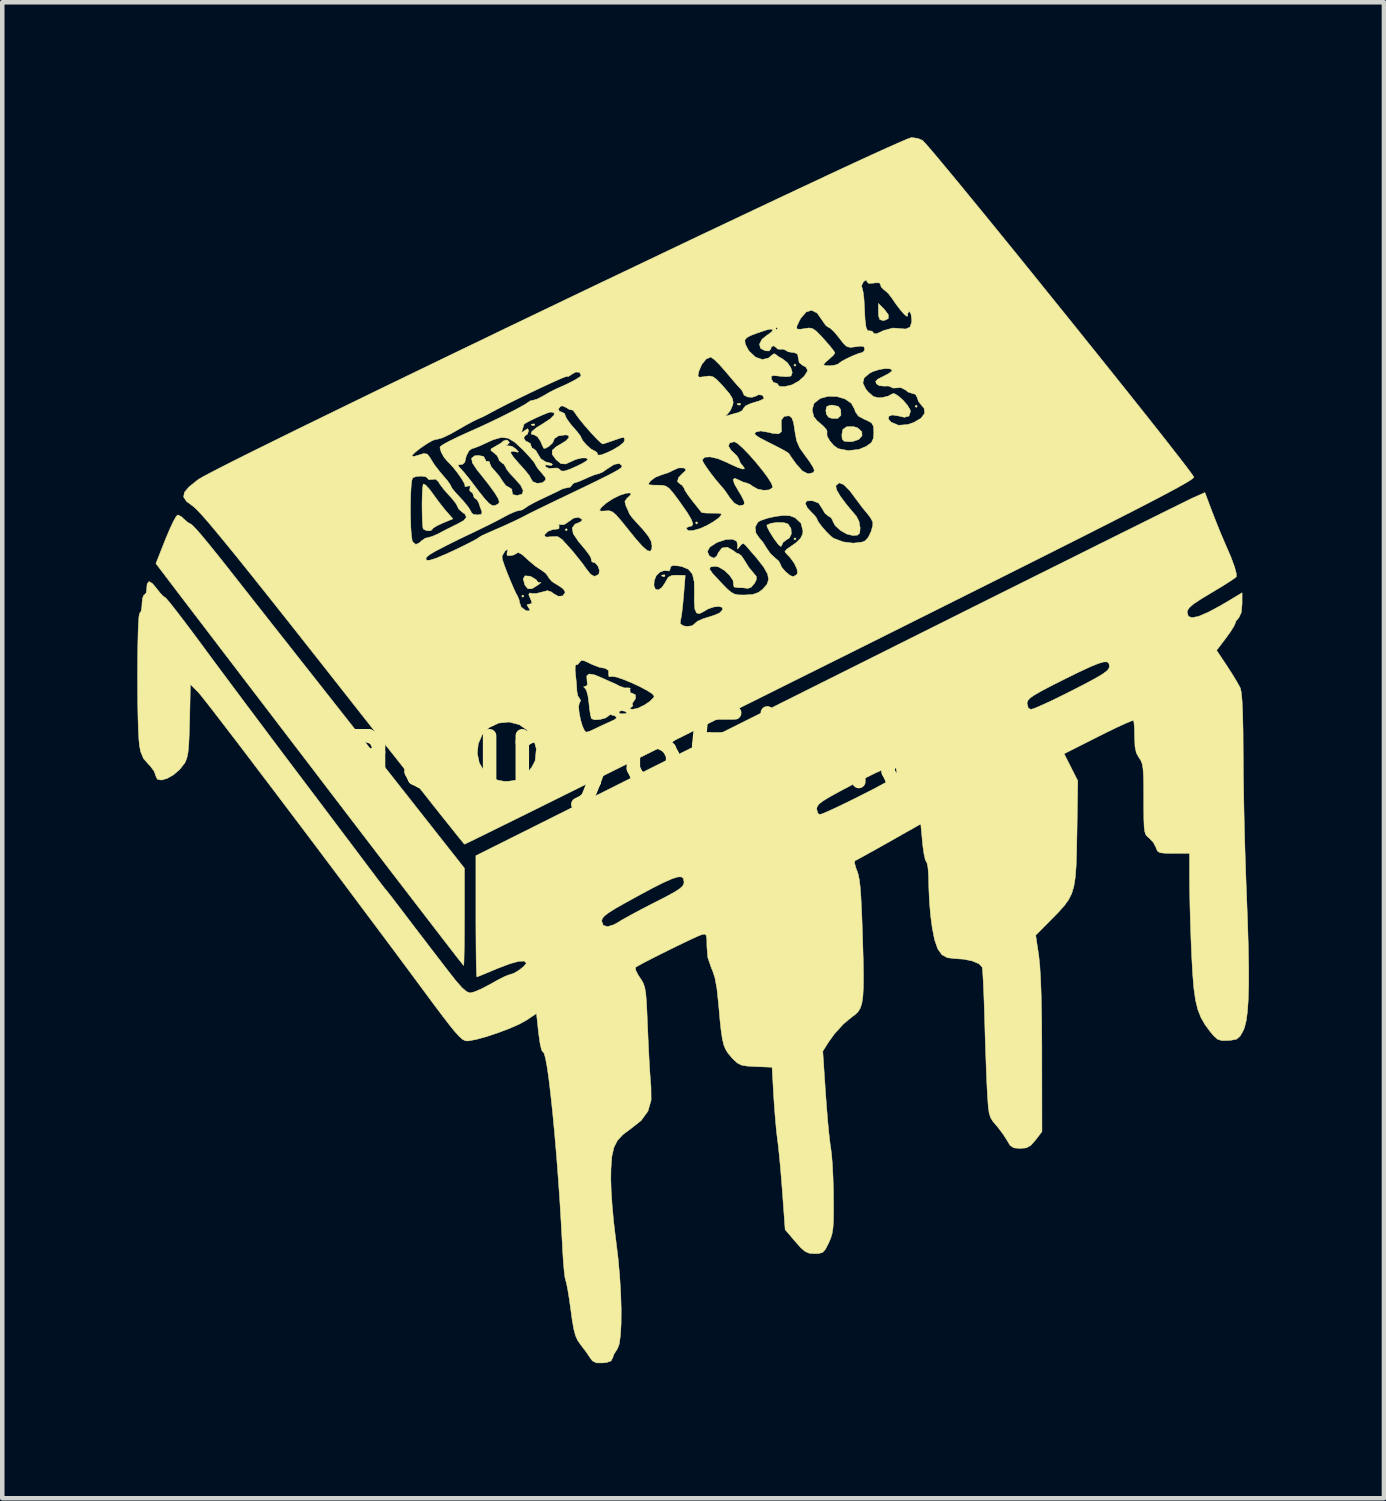
<source format=kicad_pcb>
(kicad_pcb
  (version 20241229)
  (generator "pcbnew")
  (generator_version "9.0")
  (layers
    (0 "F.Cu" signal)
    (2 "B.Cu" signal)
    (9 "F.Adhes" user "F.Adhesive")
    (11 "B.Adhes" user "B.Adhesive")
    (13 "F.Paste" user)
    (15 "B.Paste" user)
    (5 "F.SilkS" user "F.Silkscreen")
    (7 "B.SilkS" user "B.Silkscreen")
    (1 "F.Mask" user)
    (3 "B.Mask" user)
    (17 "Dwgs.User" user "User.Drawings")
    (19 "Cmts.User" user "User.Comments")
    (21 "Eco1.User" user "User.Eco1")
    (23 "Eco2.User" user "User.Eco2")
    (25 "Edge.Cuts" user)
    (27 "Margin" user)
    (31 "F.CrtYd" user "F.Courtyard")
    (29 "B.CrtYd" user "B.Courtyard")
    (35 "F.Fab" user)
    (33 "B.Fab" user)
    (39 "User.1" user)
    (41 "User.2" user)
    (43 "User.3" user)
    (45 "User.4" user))
  (footprint "attiny85Image"
    (layer "F.Cu")
    (at 12.397 13.619)
    (property "Reference" "attiny85Image" (at 0 0 0) (layer "F.SilkS") (effects (font (size 1.524 1.524) (thickness 0.3))))
    (attr through_hole)
    (fp_poly (pts (xy -3.81 -3.429) (xy -3.835 -3.404) (xy -3.861 -3.429) (xy -3.835 -3.454) (xy -3.81 -3.429)) (stroke (width 0.01) (type solid)) (fill yes) (layer "F.SilkS"))
    (fp_poly (pts (xy -2.845 -4.902) (xy -2.87 -4.877) (xy -2.896 -4.902) (xy -2.87 -4.928) (xy -2.845 -4.902)) (stroke (width 0.01) (type solid)) (fill yes) (layer "F.SilkS"))
    (fp_poly (pts (xy 0.051 -5.055) (xy 0.025 -5.029) (xy 0 -5.055) (xy 0.025 -5.08) (xy 0.051 -5.055)) (stroke (width 0.01) (type solid)) (fill yes) (layer "F.SilkS"))
    (fp_poly (pts (xy 2.235 -8.56) (xy 2.21 -8.534) (xy 2.184 -8.56) (xy 2.21 -8.585) (xy 2.235 -8.56)) (stroke (width 0.01) (type solid)) (fill yes) (layer "F.SilkS"))
    (fp_poly (pts (xy 2.235 -4.699) (xy 2.21 -4.674) (xy 2.184 -4.699) (xy 2.21 -4.724) (xy 2.235 -4.699)) (stroke (width 0.01) (type solid)) (fill yes) (layer "F.SilkS"))
    (fp_poly (pts (xy 4.928 -7.645) (xy 4.902 -7.62) (xy 4.877 -7.645) (xy 4.902 -7.671) (xy 4.928 -7.645)) (stroke (width 0.01) (type solid)) (fill yes) (layer "F.SilkS"))
    (fp_poly (pts (xy -3.573 -7.247) (xy -3.58 -7.217) (xy -3.607 -7.214) (xy -3.649 -7.232) (xy -3.641 -7.247) (xy -3.58 -7.254) (xy -3.573 -7.247)) (stroke (width 0.01) (type solid)) (fill yes) (layer "F.SilkS"))
    (fp_poly (pts (xy -0.677 -3.895) (xy -0.684 -3.864) (xy -0.711 -3.861) (xy -0.753 -3.879) (xy -0.745 -3.895) (xy -0.685 -3.901) (xy -0.677 -3.895)) (stroke (width 0.01) (type solid)) (fill yes) (layer "F.SilkS"))
    (fp_poly (pts (xy 0.999 -7.705) (xy 0.992 -7.674) (xy 0.965 -7.671) (xy 0.923 -7.689) (xy 0.931 -7.705) (xy 0.992 -7.711) (xy 0.999 -7.705)) (stroke (width 0.01) (type solid)) (fill yes) (layer "F.SilkS"))
    (fp_poly (pts (xy 4.197 -9.796) (xy 4.284 -9.678) (xy 4.284 -9.593) (xy 4.199 -9.552) (xy 4.163 -9.55) (xy 4.096 -9.57) (xy 4.068 -9.646) (xy 4.064 -9.74) (xy 4.064 -9.929) (xy 4.197 -9.796)) (stroke (width 0.01) (type solid)) (fill yes) (layer "F.SilkS"))
    (fp_poly (pts (xy 3.173 -7.643) (xy 3.226 -7.57) (xy 3.231 -7.444) (xy 3.162 -7.377) (xy 3.033 -7.376) (xy 2.959 -7.4) (xy 2.91 -7.465) (xy 2.896 -7.548) (xy 2.913 -7.637) (xy 2.987 -7.668) (xy 3.045 -7.671) (xy 3.173 -7.643)) (stroke (width 0.01) (type solid)) (fill yes) (layer "F.SilkS"))
    (fp_poly (pts (xy 3.602 -7.165) (xy 3.695 -7.081) (xy 3.7 -6.99) (xy 3.631 -6.911) (xy 3.497 -6.864) (xy 3.419 -6.858) (xy 3.304 -6.868) (xy 3.259 -6.917) (xy 3.251 -7.009) (xy 3.272 -7.128) (xy 3.35 -7.185) (xy 3.373 -7.192) (xy 3.514 -7.193) (xy 3.602 -7.165)) (stroke (width 0.01) (type solid)) (fill yes) (layer "F.SilkS"))
    (fp_poly (pts (xy -3.679 -3.871) (xy -3.64 -3.855) (xy -3.543 -3.797) (xy -3.505 -3.748) (xy -3.47 -3.724) (xy -3.442 -3.733) (xy -3.431 -3.73) (xy -3.49 -3.681) (xy -3.499 -3.675) (xy -3.631 -3.594) (xy -3.719 -3.591) (xy -3.783 -3.665) (xy -3.792 -3.685) (xy -3.826 -3.814) (xy -3.786 -3.879) (xy -3.679 -3.871)) (stroke (width 0.01) (type solid)) (fill yes) (layer "F.SilkS"))
    (fp_poly (pts (xy 1.962 -5.061) (xy 2.057 -5.03) (xy 2.057 -5.03) (xy 2.122 -4.928) (xy 2.13 -4.81) (xy 2.083 -4.716) (xy 2.035 -4.689) (xy 1.946 -4.624) (xy 1.921 -4.566) (xy 1.899 -4.53) (xy 1.851 -4.564) (xy 1.765 -4.676) (xy 1.732 -4.724) (xy 1.645 -4.862) (xy 1.593 -4.965) (xy 1.586 -5.006) (xy 1.677 -5.046) (xy 1.819 -5.065) (xy 1.962 -5.061)) (stroke (width 0.01) (type solid)) (fill yes) (layer "F.SilkS"))
    (fp_poly (pts (xy -5.994 -5.896) (xy -5.911 -5.807) (xy -5.84 -5.711) (xy -5.716 -5.541) (xy -5.587 -5.376) (xy -5.533 -5.311) (xy -5.387 -5.145) (xy -5.614 -5.051) (xy -5.747 -4.989) (xy -5.829 -4.936) (xy -5.842 -4.917) (xy -5.88 -4.881) (xy -5.961 -4.88) (xy -6.034 -4.91) (xy -6.053 -4.94) (xy -6.065 -5.088) (xy -6.071 -5.277) (xy -6.073 -5.48) (xy -6.069 -5.671) (xy -6.061 -5.823) (xy -6.048 -5.91) (xy -6.043 -5.92) (xy -5.994 -5.896)) (stroke (width 0.01) (type solid)) (fill yes) (layer "F.SilkS"))
    (fp_poly (pts (xy -11.423 -5.197) (xy -11.374 -5.151) (xy -11.277 -5.066) (xy -11.221 -5.036) (xy -11.174 -5.002) (xy -11.093 -4.92) (xy -10.974 -4.784) (xy -10.812 -4.588) (xy -10.601 -4.327) (xy -10.337 -3.994) (xy -10.133 -3.734) (xy -10.083 -3.67) (xy -9.975 -3.533) (xy -9.815 -3.33) (xy -9.607 -3.066) (xy -9.356 -2.747) (xy -9.068 -2.382) (xy -8.748 -1.975) (xy -8.4 -1.534) (xy -8.031 -1.065) (xy -7.644 -0.574) (xy -7.572 -0.483) (xy -5.131 2.616) (xy -5.131 3.696) (xy -5.132 4.015) (xy -5.134 4.296) (xy -5.138 4.525) (xy -5.142 4.688) (xy -5.147 4.769) (xy -5.149 4.775) (xy -5.182 4.736) (xy -5.273 4.621) (xy -5.416 4.437) (xy -5.608 4.188) (xy -5.844 3.881) (xy -6.121 3.521) (xy -6.434 3.114) (xy -6.779 2.665) (xy -7.151 2.179) (xy -7.546 1.663) (xy -7.96 1.121) (xy -8.089 0.953) (xy -8.52 0.387) (xy -8.943 -0.166) (xy -9.352 -0.702) (xy -9.742 -1.212) (xy -10.107 -1.69) (xy -10.442 -2.129) (xy -10.743 -2.523) (xy -11.003 -2.864) (xy -11.218 -3.145) (xy -11.382 -3.36) (xy -11.49 -3.502) (xy -11.497 -3.511) (xy -11.984 -4.153) (xy -11.771 -4.692) (xy -11.681 -4.906) (xy -11.6 -5.08) (xy -11.535 -5.195) (xy -11.5 -5.232) (xy -11.423 -5.197)) (stroke (width 0.01) (type solid)) (fill yes) (layer "F.SilkS"))
    (fp_poly (pts (xy 11.481 -5.29) (xy 11.573 -5.054) (xy 11.67 -4.815) (xy 11.754 -4.618) (xy 11.772 -4.577) (xy 11.892 -4.299) (xy 11.974 -4.078) (xy 12.014 -3.926) (xy 12.012 -3.856) (xy 11.959 -3.815) (xy 11.837 -3.734) (xy 11.663 -3.625) (xy 11.456 -3.501) (xy 11.453 -3.499) (xy 11.221 -3.359) (xy 11.066 -3.256) (xy 10.974 -3.177) (xy 10.93 -3.113) (xy 10.922 -3.066) (xy 10.948 -2.979) (xy 11.031 -2.95) (xy 11.174 -2.979) (xy 11.384 -3.068) (xy 11.664 -3.218) (xy 11.874 -3.342) (xy 12.141 -3.503) (xy 12.141 -3.256) (xy 12.123 -3.065) (xy 12.072 -2.953) (xy 12.065 -2.946) (xy 12.001 -2.867) (xy 11.989 -2.826) (xy 11.96 -2.759) (xy 11.884 -2.638) (xy 11.782 -2.496) (xy 11.575 -2.224) (xy 11.81 -1.871) (xy 11.928 -1.688) (xy 12.029 -1.52) (xy 12.096 -1.399) (xy 12.104 -1.381) (xy 12.125 -1.283) (xy 12.142 -1.093) (xy 12.154 -0.81) (xy 12.163 -0.431) (xy 12.166 0.046) (xy 12.167 0.127) (xy 12.17 0.558) (xy 12.178 1.06) (xy 12.189 1.601) (xy 12.204 2.152) (xy 12.221 2.68) (xy 12.236 3.099) (xy 12.262 3.762) (xy 12.279 4.33) (xy 12.288 4.811) (xy 12.288 5.212) (xy 12.278 5.539) (xy 12.26 5.8) (xy 12.233 6.001) (xy 12.196 6.15) (xy 12.167 6.223) (xy 12.094 6.35) (xy 12.016 6.413) (xy 11.891 6.437) (xy 11.834 6.441) (xy 11.694 6.444) (xy 11.599 6.416) (xy 11.511 6.338) (xy 11.433 6.245) (xy 11.317 6.088) (xy 11.227 5.93) (xy 11.158 5.755) (xy 11.107 5.545) (xy 11.07 5.285) (xy 11.043 4.956) (xy 11.021 4.547) (xy 11.006 4.185) (xy 10.993 3.802) (xy 10.983 3.433) (xy 10.977 3.109) (xy 10.975 2.934) (xy 10.973 2.286) (xy 10.618 2.286) (xy 10.431 2.283) (xy 10.322 2.271) (xy 10.266 2.24) (xy 10.238 2.184) (xy 10.233 2.163) (xy 10.169 2.041) (xy 10.079 1.947) (xy 10.033 1.909) (xy 10 1.864) (xy 9.978 1.795) (xy 9.965 1.685) (xy 9.959 1.519) (xy 9.957 1.278) (xy 9.957 1.075) (xy 9.956 0.773) (xy 9.951 0.554) (xy 9.94 0.402) (xy 9.923 0.299) (xy 9.895 0.226) (xy 9.856 0.167) (xy 9.855 0.166) (xy 9.795 0.061) (xy 9.763 -0.079) (xy 9.754 -0.287) (xy 9.754 -0.303) (xy 9.75 -0.479) (xy 9.741 -0.61) (xy 9.729 -0.668) (xy 9.678 -0.654) (xy 9.552 -0.601) (xy 9.366 -0.516) (xy 9.137 -0.405) (xy 8.947 -0.31) (xy 8.188 0.073) (xy 8.34 0.373) (xy 8.492 0.674) (xy 8.474 1.823) (xy 8.466 2.234) (xy 8.456 2.559) (xy 8.437 2.814) (xy 8.405 3.015) (xy 8.357 3.178) (xy 8.286 3.318) (xy 8.189 3.451) (xy 8.062 3.593) (xy 7.917 3.741) (xy 7.557 4.104) (xy 7.625 4.554) (xy 7.648 4.774) (xy 7.667 5.087) (xy 7.681 5.495) (xy 7.69 5.999) (xy 7.694 6.603) (xy 7.694 6.735) (xy 7.696 8.466) (xy 7.554 8.652) (xy 7.448 8.772) (xy 7.347 8.827) (xy 7.212 8.839) (xy 7.073 8.827) (xy 6.99 8.774) (xy 6.929 8.674) (xy 6.84 8.532) (xy 6.721 8.373) (xy 6.679 8.324) (xy 6.604 8.235) (xy 6.554 8.153) (xy 6.523 8.052) (xy 6.503 7.906) (xy 6.488 7.692) (xy 6.483 7.613) (xy 6.472 7.396) (xy 6.46 7.103) (xy 6.448 6.76) (xy 6.435 6.393) (xy 6.425 6.027) (xy 6.424 5.994) (xy 6.414 5.667) (xy 6.403 5.371) (xy 6.392 5.121) (xy 6.381 4.936) (xy 6.372 4.83) (xy 6.369 4.815) (xy 6.3 4.74) (xy 6.154 4.677) (xy 5.957 4.636) (xy 5.762 4.623) (xy 5.596 4.603) (xy 5.473 4.536) (xy 5.381 4.407) (xy 5.311 4.203) (xy 5.258 3.933) (xy 5.222 3.66) (xy 5.196 3.345) (xy 5.183 3.047) (xy 5.182 2.989) (xy 5.177 2.772) (xy 5.164 2.602) (xy 5.144 2.5) (xy 5.132 2.481) (xy 5.104 2.426) (xy 5.075 2.294) (xy 5.049 2.112) (xy 5.043 2.048) (xy 5.004 1.632) (xy 4.293 2.035) (xy 4.049 2.172) (xy 3.837 2.29) (xy 3.671 2.382) (xy 3.567 2.438) (xy 3.541 2.451) (xy 3.534 2.501) (xy 3.564 2.611) (xy 3.587 2.668) (xy 3.615 2.752) (xy 3.638 2.866) (xy 3.658 3.023) (xy 3.674 3.235) (xy 3.689 3.516) (xy 3.703 3.876) (xy 3.713 4.189) (xy 3.726 4.628) (xy 3.732 4.978) (xy 3.73 5.25) (xy 3.719 5.457) (xy 3.697 5.61) (xy 3.662 5.721) (xy 3.613 5.802) (xy 3.549 5.865) (xy 3.488 5.909) (xy 3.285 6.076) (xy 3.083 6.3) (xy 2.956 6.477) (xy 2.828 6.68) (xy 2.89 7.615) (xy 2.914 7.936) (xy 2.939 8.243) (xy 2.965 8.513) (xy 2.989 8.723) (xy 3.006 8.835) (xy 3.025 8.988) (xy 3.043 9.216) (xy 3.056 9.492) (xy 3.065 9.79) (xy 3.066 9.906) (xy 3.068 10.213) (xy 3.065 10.438) (xy 3.055 10.603) (xy 3.036 10.726) (xy 3.006 10.828) (xy 2.964 10.929) (xy 2.961 10.935) (xy 2.889 11.076) (xy 2.826 11.148) (xy 2.739 11.173) (xy 2.647 11.176) (xy 2.532 11.168) (xy 2.439 11.13) (xy 2.342 11.047) (xy 2.219 10.909) (xy 1.992 10.643) (xy 1.933 9.83) (xy 1.909 9.519) (xy 1.883 9.213) (xy 1.856 8.939) (xy 1.833 8.726) (xy 1.824 8.661) (xy 1.8 8.464) (xy 1.776 8.202) (xy 1.753 7.912) (xy 1.737 7.671) (xy 1.702 7.036) (xy 1.337 7.021) (xy 1.144 7.01) (xy 1.02 6.988) (xy 0.93 6.942) (xy 0.841 6.86) (xy 0.798 6.813) (xy 0.727 6.729) (xy 0.673 6.645) (xy 0.631 6.546) (xy 0.599 6.414) (xy 0.571 6.232) (xy 0.544 5.985) (xy 0.515 5.655) (xy 0.51 5.605) (xy 0.476 5.284) (xy 0.432 5.047) (xy 0.376 4.879) (xy 0.358 4.844) (xy 0.274 4.599) (xy 0.254 4.353) (xy 0.252 4.189) (xy 0.238 4.104) (xy 0.204 4.078) (xy 0.14 4.09) (xy 0.14 4.09) (xy 0.057 4.123) (xy -0.093 4.191) (xy -0.289 4.285) (xy -0.512 4.393) (xy -0.742 4.507) (xy -0.96 4.617) (xy -1.144 4.712) (xy -1.275 4.783) (xy -1.333 4.819) (xy -1.328 4.878) (xy -1.274 4.985) (xy -1.234 5.046) (xy -1.187 5.117) (xy -1.151 5.187) (xy -1.125 5.273) (xy -1.105 5.391) (xy -1.09 5.558) (xy -1.078 5.79) (xy -1.065 6.103) (xy -1.061 6.187) (xy -1.047 6.515) (xy -1.031 6.833) (xy -1.015 7.117) (xy -0.999 7.343) (xy -0.988 7.47) (xy -0.985 7.769) (xy -1.055 8.011) (xy -1.206 8.219) (xy -1.437 8.402) (xy -1.609 8.53) (xy -1.731 8.66) (xy -1.81 8.814) (xy -1.856 9.012) (xy -1.876 9.276) (xy -1.88 9.514) (xy -1.872 9.78) (xy -1.85 10.11) (xy -1.817 10.467) (xy -1.776 10.814) (xy -1.765 10.897) (xy -1.718 11.283) (xy -1.683 11.675) (xy -1.66 12.057) (xy -1.649 12.413) (xy -1.651 12.73) (xy -1.666 12.992) (xy -1.693 13.184) (xy -1.734 13.291) (xy -1.737 13.294) (xy -1.81 13.41) (xy -1.837 13.487) (xy -1.875 13.559) (xy -1.974 13.594) (xy -2.058 13.603) (xy -2.201 13.602) (xy -2.287 13.559) (xy -2.337 13.494) (xy -2.419 13.372) (xy -2.526 13.229) (xy -2.552 13.196) (xy -2.615 13.105) (xy -2.663 13) (xy -2.701 12.859) (xy -2.737 12.658) (xy -2.769 12.422) (xy -2.803 12.182) (xy -2.836 11.978) (xy -2.865 11.832) (xy -2.885 11.765) (xy -2.9 11.696) (xy -2.918 11.546) (xy -2.936 11.336) (xy -2.951 11.085) (xy -2.954 11.024) (xy -2.983 10.497) (xy -3.015 9.968) (xy -3.052 9.448) (xy -3.091 8.944) (xy -3.132 8.468) (xy -3.174 8.029) (xy -3.216 7.636) (xy -3.256 7.3) (xy -3.295 7.03) (xy -3.331 6.835) (xy -3.362 6.726) (xy -3.38 6.706) (xy -3.416 6.657) (xy -3.45 6.519) (xy -3.481 6.304) (xy -3.485 6.274) (xy -3.531 5.842) (xy -3.759 5.994) (xy -3.916 6.08) (xy -4.132 6.175) (xy -4.381 6.269) (xy -4.632 6.353) (xy -4.859 6.416) (xy -5.032 6.449) (xy -5.074 6.452) (xy -5.121 6.444) (xy -5.176 6.414) (xy -5.244 6.354) (xy -5.336 6.254) (xy -5.456 6.107) (xy -5.614 5.902) (xy -5.817 5.632) (xy -6.047 5.321) (xy -6.364 4.893) (xy -6.704 4.435) (xy -7.063 3.954) (xy -7.434 3.458) (xy -7.812 2.952) (xy -8.193 2.444) (xy -8.571 1.941) (xy -8.942 1.45) (xy -9.298 0.978) (xy -9.637 0.532) (xy -9.951 0.117) (xy -10.236 -0.257) (xy -10.488 -0.585) (xy -10.699 -0.86) (xy -10.866 -1.074) (xy -10.983 -1.222) (xy -11.045 -1.295) (xy -11.047 -1.297) (xy -11.218 -1.468) (xy -11.235 -0.67) (xy -11.244 -0.354) (xy -11.255 -0.121) (xy -11.271 0.045) (xy -11.295 0.162) (xy -11.327 0.247) (xy -11.346 0.282) (xy -11.458 0.425) (xy -11.594 0.541) (xy -11.734 0.621) (xy -11.86 0.657) (xy -11.951 0.64) (xy -11.989 0.563) (xy -11.989 0.556) (xy -12.025 0.458) (xy -12.114 0.34) (xy -12.15 0.304) (xy -12.261 0.177) (xy -12.324 0.024) (xy -12.35 -0.112) (xy -12.363 -0.254) (xy -12.374 -0.466) (xy -12.382 -0.732) (xy -12.388 -1.037) (xy -12.391 -1.366) (xy -12.392 -1.703) (xy -12.39 -2.033) (xy -12.386 -2.341) (xy -12.38 -2.611) (xy -12.371 -2.829) (xy -12.36 -2.979) (xy -12.347 -3.046) (xy -12.344 -3.048) (xy -12.313 -3.093) (xy -12.295 -3.206) (xy -12.294 -3.251) (xy -12.282 -3.378) (xy -12.254 -3.449) (xy -12.243 -3.454) (xy -12.201 -3.497) (xy -12.192 -3.552) (xy -12.179 -3.701) (xy -12.137 -3.753) (xy -12.063 -3.71) (xy -11.978 -3.609) (xy -11.884 -3.491) (xy -11.809 -3.416) (xy -11.785 -3.404) (xy -11.744 -3.364) (xy -11.652 -3.254) (xy -11.518 -3.083) (xy -11.349 -2.862) (xy -11.153 -2.602) (xy -10.966 -2.35) (xy -10.77 -2.083) (xy -10.523 -1.751) (xy -10.236 -1.366) (xy -9.92 -0.943) (xy -9.585 -0.496) (xy -9.243 -0.04) (xy -8.904 0.41) (xy -8.696 0.686) (xy -8.394 1.085) (xy -8.108 1.465) (xy -7.843 1.817) (xy -7.606 2.131) (xy -7.404 2.4) (xy -7.243 2.614) (xy -7.129 2.765) (xy -7.071 2.843) (xy -7.069 2.845) (xy -6.975 2.97) (xy -6.9 3.066) (xy -6.885 3.084) (xy -6.85 3.126) (xy -6.811 3.175) (xy -6.754 3.247) (xy -6.669 3.359) (xy -6.542 3.525) (xy -6.426 3.677) (xy -6.279 3.871) (xy -6.14 4.053) (xy -6.03 4.196) (xy -5.994 4.243) (xy -5.913 4.35) (xy -5.787 4.513) (xy -5.635 4.711) (xy -5.493 4.896) (xy -5.316 5.121) (xy -5.183 5.271) (xy -5.085 5.355) (xy -5.011 5.384) (xy -5.004 5.385) (xy -4.906 5.36) (xy -4.752 5.294) (xy -4.573 5.2) (xy -4.54 5.182) (xy -4.367 5.085) (xy -4.223 5.014) (xy -4.133 4.98) (xy -4.123 4.978) (xy -4.036 4.95) (xy -3.923 4.883) (xy -3.819 4.802) (xy -3.762 4.733) (xy -3.759 4.721) (xy -3.802 4.678) (xy -3.925 4.683) (xy -4.119 4.736) (xy -4.377 4.834) (xy -4.42 4.851) (xy -4.607 4.93) (xy -4.755 4.991) (xy -4.842 5.025) (xy -4.856 5.029) (xy -4.861 4.981) (xy -4.866 4.844) (xy -4.871 4.631) (xy -4.874 4.357) (xy -4.876 4.034) (xy -4.877 3.79) (xy -2.083 3.79) (xy -2.047 3.885) (xy -1.951 3.912) (xy -1.809 3.869) (xy -1.702 3.807) (xy -1.601 3.746) (xy -1.431 3.652) (xy -1.213 3.535) (xy -0.969 3.409) (xy -0.902 3.375) (xy -0.644 3.243) (xy -0.464 3.144) (xy -0.349 3.07) (xy -0.285 3.011) (xy -0.258 2.958) (xy -0.254 2.921) (xy -0.266 2.847) (xy -0.307 2.809) (xy -0.388 2.808) (xy -0.517 2.848) (xy -0.706 2.931) (xy -0.963 3.061) (xy -1.279 3.231) (xy -1.57 3.391) (xy -1.783 3.512) (xy -1.928 3.603) (xy -2.019 3.673) (xy -2.066 3.728) (xy -2.082 3.778) (xy -2.083 3.79) (xy -4.877 3.79) (xy -4.877 3.683) (xy -4.877 2.337) (xy -2.801 1.299) (xy 2.692 1.299) (xy 2.718 1.397) (xy 2.765 1.422) (xy 2.832 1.4) (xy 2.973 1.339) (xy 3.173 1.246) (xy 3.415 1.129) (xy 3.654 1.01) (xy 3.949 0.86) (xy 4.164 0.745) (xy 4.312 0.659) (xy 4.404 0.593) (xy 4.453 0.54) (xy 4.47 0.491) (xy 4.47 0.477) (xy 4.459 0.406) (xy 4.417 0.369) (xy 4.335 0.37) (xy 4.203 0.41) (xy 4.011 0.493) (xy 3.75 0.622) (xy 3.473 0.765) (xy 3.187 0.917) (xy 2.979 1.032) (xy 2.838 1.118) (xy 2.751 1.184) (xy 2.707 1.238) (xy 2.693 1.289) (xy 2.692 1.299) (xy -2.801 1.299) (xy 1.879 -1.041) (xy 7.366 -1.041) (xy 7.394 -0.938) (xy 7.455 -0.913) (xy 7.527 -0.935) (xy 7.673 -0.997) (xy 7.877 -1.09) (xy 8.122 -1.209) (xy 8.368 -1.332) (xy 8.667 -1.486) (xy 8.886 -1.604) (xy 9.037 -1.693) (xy 9.13 -1.761) (xy 9.179 -1.815) (xy 9.194 -1.863) (xy 9.194 -1.867) (xy 9.184 -1.932) (xy 9.145 -1.967) (xy 9.068 -1.967) (xy 8.942 -1.93) (xy 8.757 -1.854) (xy 8.503 -1.735) (xy 8.178 -1.575) (xy 7.885 -1.427) (xy 7.672 -1.314) (xy 7.526 -1.23) (xy 7.434 -1.166) (xy 7.386 -1.113) (xy 7.367 -1.064) (xy 7.366 -1.041) (xy 1.879 -1.041) (xy 2.957 -1.58) (xy 3.798 -2) (xy 4.617 -2.41) (xy 5.408 -2.805) (xy 6.168 -3.185) (xy 6.892 -3.546) (xy 7.574 -3.886) (xy 8.209 -4.202) (xy 8.794 -4.494) (xy 9.322 -4.757) (xy 9.79 -4.989) (xy 10.192 -5.189) (xy 10.523 -5.353) (xy 10.779 -5.479) (xy 10.955 -5.566) (xy 11.045 -5.61) (xy 11.053 -5.613) (xy 11.315 -5.729) (xy 11.481 -5.29)) (stroke (width 0.01) (type solid)) (fill yes) (layer "F.SilkS"))
    (fp_poly (pts (xy 4.943 -13.594) (xy 5.042 -13.551) (xy 5.099 -13.493) (xy 5.212 -13.364) (xy 5.376 -13.17) (xy 5.586 -12.918) (xy 5.836 -12.616) (xy 6.121 -12.268) (xy 6.436 -11.884) (xy 6.775 -11.468) (xy 7.132 -11.028) (xy 7.503 -10.57) (xy 7.881 -10.101) (xy 8.262 -9.629) (xy 8.64 -9.159) (xy 9.01 -8.698) (xy 9.366 -8.253) (xy 9.703 -7.831) (xy 10.015 -7.439) (xy 10.297 -7.083) (xy 10.543 -6.769) (xy 10.749 -6.505) (xy 10.908 -6.298) (xy 11.016 -6.153) (xy 11.067 -6.079) (xy 11.07 -6.071) (xy 11.056 -6.051) (xy 11.013 -6.018) (xy 10.937 -5.969) (xy 10.825 -5.904) (xy 10.673 -5.819) (xy 10.477 -5.714) (xy 10.235 -5.586) (xy 9.942 -5.434) (xy 9.595 -5.256) (xy 9.19 -5.05) (xy 8.724 -4.814) (xy 8.194 -4.547) (xy 7.596 -4.246) (xy 6.925 -3.91) (xy 6.18 -3.537) (xy 5.355 -3.125) (xy 4.448 -2.672) (xy 3.456 -2.177) (xy 2.98 -1.94) (xy 2.13 -1.517) (xy 1.304 -1.105) (xy 0.507 -0.709) (xy -0.256 -0.329) (xy -0.981 0.031) (xy -1.664 0.37) (xy -2.298 0.685) (xy -2.881 0.974) (xy -3.407 1.235) (xy -3.872 1.465) (xy -4.271 1.662) (xy -4.6 1.824) (xy -4.854 1.949) (xy -5.028 2.034) (xy -5.119 2.077) (xy -5.131 2.082) (xy -5.165 2.042) (xy -5.258 1.928) (xy -5.404 1.745) (xy -5.601 1.499) (xy -5.842 1.195) (xy -6.123 0.839) (xy -6.441 0.437) (xy -6.733 0.067) (xy -4.845 0.067) (xy -4.8 0.279) (xy -4.689 0.466) (xy -4.511 0.609) (xy -4.388 0.66) (xy -4.247 0.686) (xy -4.14 0.683) (xy -4.027 0.665) (xy -3.979 0.661) (xy -3.874 0.619) (xy -3.752 0.515) (xy -3.64 0.378) (xy -3.565 0.236) (xy -3.559 0.214) (xy -3.535 -0.036) (xy -3.597 -0.261) (xy -3.729 -0.446) (xy -3.916 -0.575) (xy -4.142 -0.632) (xy -4.369 -0.609) (xy -4.586 -0.507) (xy -4.738 -0.346) (xy -4.824 -0.148) (xy -4.845 0.067) (xy -6.733 0.067) (xy -6.791 -0.006) (xy -7.168 -0.484) (xy -7.568 -0.992) (xy -7.986 -1.524) (xy -8.052 -1.607) (xy -8.184 -1.776) (xy -2.672 -1.776) (xy -2.664 -1.693) (xy -2.646 -1.517) (xy -2.635 -1.364) (xy -2.634 -1.321) (xy -2.613 -1.211) (xy -2.577 -1.16) (xy -2.548 -1.106) (xy -2.578 -1.057) (xy -2.595 -0.979) (xy -2.584 -0.845) (xy -2.554 -0.689) (xy -2.511 -0.542) (xy -2.463 -0.438) (xy -2.425 -0.406) (xy -2.349 -0.428) (xy -2.243 -0.476) (xy -2.107 -0.542) (xy -1.941 -0.618) (xy -1.907 -0.633) (xy -1.787 -0.69) (xy -1.749 -0.728) (xy -1.782 -0.763) (xy -1.798 -0.772) (xy -1.894 -0.797) (xy -1.924 -0.774) (xy -1.997 -0.723) (xy -2.115 -0.69) (xy -2.234 -0.681) (xy -2.307 -0.705) (xy -2.31 -0.709) (xy -2.332 -0.787) (xy -2.343 -0.861) (xy -1.703 -0.861) (xy -1.686 -0.823) (xy -1.629 -0.813) (xy -1.544 -0.821) (xy -1.524 -0.833) (xy -1.564 -0.871) (xy -1.644 -0.884) (xy -1.703 -0.862) (xy -1.703 -0.861) (xy -2.343 -0.861) (xy -2.354 -0.93) (xy -2.366 -1.052) (xy -2.388 -1.216) (xy -2.423 -1.338) (xy -2.451 -1.38) (xy -2.486 -1.414) (xy -2.446 -1.422) (xy -2.399 -1.457) (xy -2.408 -1.546) (xy -2.415 -1.657) (xy -2.361 -1.7) (xy -2.239 -1.679) (xy -2.096 -1.62) (xy -1.955 -1.556) (xy -1.856 -1.512) (xy -1.829 -1.501) (xy -1.77 -1.474) (xy -1.685 -1.429) (xy -1.571 -1.389) (xy -1.497 -1.391) (xy -1.449 -1.385) (xy -1.456 -1.344) (xy -1.445 -1.281) (xy -1.402 -1.27) (xy -1.333 -1.236) (xy -1.33 -1.155) (xy -1.382 -1.077) (xy -1.411 -1.026) (xy -1.394 -1.015) (xy -1.388 -0.994) (xy -1.422 -0.965) (xy -1.463 -0.928) (xy -1.413 -0.916) (xy -1.388 -0.915) (xy -1.274 -0.941) (xy -1.137 -1.007) (xy -1.012 -1.091) (xy -0.93 -1.173) (xy -0.917 -1.209) (xy -0.959 -1.259) (xy -1.073 -1.332) (xy -1.232 -1.417) (xy -1.414 -1.502) (xy -1.593 -1.576) (xy -1.744 -1.628) (xy -1.842 -1.645) (xy -1.857 -1.643) (xy -1.919 -1.639) (xy -1.926 -1.657) (xy -1.932 -1.778) (xy -2.008 -1.827) (xy -2.034 -1.829) (xy -2.143 -1.851) (xy -2.29 -1.908) (xy -2.34 -1.932) (xy -2.468 -1.992) (xy -2.535 -2.002) (xy -2.568 -1.967) (xy -2.572 -1.958) (xy -2.62 -1.905) (xy -2.648 -1.909) (xy -2.67 -1.882) (xy -2.672 -1.776) (xy -8.184 -1.776) (xy -8.588 -2.288) (xy -9.065 -2.892) (xy -9.485 -3.422) (xy -9.852 -3.882) (xy -10.164 -4.271) (xy -5.985 -4.271) (xy -5.977 -4.226) (xy -5.905 -4.225) (xy -5.762 -4.269) (xy -5.649 -4.317) (xy -4.296 -4.317) (xy -4.29 -4.247) (xy -4.249 -4.124) (xy -4.186 -3.956) (xy -4.112 -3.774) (xy -4.04 -3.606) (xy -3.982 -3.481) (xy -3.953 -3.432) (xy -3.915 -3.341) (xy -3.912 -3.302) (xy -3.87 -3.185) (xy -3.771 -3.109) (xy -3.717 -3.099) (xy -3.672 -3.113) (xy -3.705 -3.171) (xy -3.708 -3.175) (xy -3.744 -3.235) (xy -3.696 -3.251) (xy -3.687 -3.251) (xy -3.631 -3.268) (xy -3.649 -3.336) (xy -3.656 -3.349) (xy -3.703 -3.46) (xy -3.686 -3.499) (xy -3.636 -3.488) (xy -3.54 -3.486) (xy -3.411 -3.518) (xy -3.41 -3.518) (xy -3.288 -3.55) (xy -3.201 -3.522) (xy -3.154 -3.484) (xy -3.046 -3.425) (xy -2.949 -3.433) (xy -2.898 -3.501) (xy -2.896 -3.523) (xy -2.937 -3.59) (xy -3.04 -3.663) (xy -0.923 -3.663) (xy -0.891 -3.584) (xy -0.826 -3.565) (xy -0.745 -3.62) (xy -0.671 -3.73) (xy -0.667 -3.74) (xy -0.604 -3.848) (xy -0.519 -3.889) (xy -0.412 -3.893) (xy -0.227 -3.889) (xy -0.263 -3.436) (xy -0.283 -3.224) (xy -0.303 -3.047) (xy -0.322 -2.932) (xy -0.328 -2.909) (xy -0.339 -2.817) (xy -0.272 -2.769) (xy -0.18 -2.755) (xy -0.07 -2.771) (xy -0.02 -2.814) (xy 0.041 -2.868) (xy 0.167 -2.924) (xy 0.245 -2.949) (xy 0.399 -2.997) (xy 0.516 -3.044) (xy 0.546 -3.062) (xy 0.607 -3.133) (xy 0.591 -3.18) (xy 0.517 -3.199) (xy 0.408 -3.188) (xy 0.284 -3.146) (xy 0.204 -3.099) (xy 0.097 -3.041) (xy 0.026 -3.052) (xy -0.014 -3.141) (xy -0.027 -3.315) (xy -0.024 -3.492) (xy -0.027 -3.745) (xy -0.067 -3.916) (xy -0.154 -4.023) (xy -0.297 -4.084) (xy -0.368 -4.098) (xy -0.495 -4.11) (xy -0.549 -4.087) (xy -0.559 -4.042) (xy -0.583 -3.985) (xy -0.614 -3.991) (xy -0.696 -3.995) (xy -0.792 -3.96) (xy -0.871 -3.883) (xy -0.915 -3.773) (xy -0.923 -3.663) (xy -3.04 -3.663) (xy -3.041 -3.663) (xy -3.067 -3.677) (xy -3.187 -3.753) (xy -3.258 -3.835) (xy -3.263 -3.848) (xy -3.322 -3.933) (xy -3.431 -4.013) (xy -3.433 -4.013) (xy -3.56 -4.098) (xy -3.704 -4.219) (xy -3.75 -4.263) (xy -3.855 -4.355) (xy -3.932 -4.396) (xy -3.954 -4.39) (xy -4.027 -4.346) (xy -4.102 -4.328) (xy -4.183 -4.331) (xy -4.187 -4.386) (xy -4.181 -4.404) (xy -4.165 -4.466) (xy -4.202 -4.45) (xy -4.233 -4.425) (xy -4.296 -4.317) (xy -5.649 -4.317) (xy -5.541 -4.362) (xy -5.348 -4.451) (xy -5.143 -4.55) (xy -4.975 -4.635) (xy -4.862 -4.696) (xy -4.826 -4.721) (xy -4.769 -4.757) (xy -4.747 -4.768) (xy -3.353 -4.768) (xy -3.31 -4.739) (xy -3.204 -4.749) (xy -3.062 -4.752) (xy -2.962 -4.686) (xy -2.721 -4.418) (xy -2.512 -4.157) (xy -2.438 -4.052) (xy -2.33 -3.914) (xy -2.243 -3.866) (xy -2.164 -3.903) (xy -2.144 -3.924) (xy -2.132 -4) (xy -2.166 -4.095) (xy -2.226 -4.167) (xy -2.275 -4.178) (xy -2.309 -4.205) (xy -2.311 -4.229) (xy -2.321 -4.278) (xy -2.358 -4.344) (xy -2.415 -4.42) (xy 0.264 -4.42) (xy 0.305 -4.327) (xy 0.33 -4.306) (xy 0.414 -4.271) (xy 0.476 -4.323) (xy 0.508 -4.394) (xy 0.589 -4.497) (xy 0.706 -4.516) (xy 0.829 -4.447) (xy 0.831 -4.445) (xy 0.916 -4.383) (xy 0.96 -4.369) (xy 1.017 -4.328) (xy 1.086 -4.228) (xy 1.094 -4.214) (xy 1.184 -4.069) (xy 1.281 -3.951) (xy 1.352 -3.866) (xy 1.352 -3.792) (xy 1.312 -3.713) (xy 1.236 -3.625) (xy 1.164 -3.6) (xy 1.06 -3.613) (xy 0.955 -3.616) (xy 0.858 -3.63) (xy 0.845 -3.683) (xy 0.847 -3.686) (xy 0.834 -3.779) (xy 0.758 -3.892) (xy 0.645 -3.999) (xy 0.521 -4.073) (xy 0.443 -4.091) (xy 0.334 -4.078) (xy 0.314 -4.027) (xy 0.382 -3.93) (xy 0.394 -3.917) (xy 0.572 -3.726) (xy 0.698 -3.596) (xy 0.79 -3.516) (xy 0.867 -3.474) (xy 0.947 -3.457) (xy 1.047 -3.454) (xy 1.092 -3.454) (xy 1.276 -3.466) (xy 1.403 -3.512) (xy 1.491 -3.579) (xy 1.587 -3.688) (xy 1.625 -3.797) (xy 1.602 -3.921) (xy 1.514 -4.076) (xy 1.356 -4.278) (xy 1.27 -4.377) (xy 1.174 -4.488) (xy 1.125 -4.546) (xy 1.067 -4.601) (xy 1.017 -4.574) (xy 0.988 -4.537) (xy 0.937 -4.476) (xy 0.93 -4.504) (xy 0.938 -4.554) (xy 0.917 -4.648) (xy 0.824 -4.693) (xy 0.676 -4.686) (xy 0.491 -4.625) (xy 0.469 -4.615) (xy 0.32 -4.518) (xy 0.264 -4.42) (xy -2.415 -4.42) (xy -2.434 -4.446) (xy -2.563 -4.601) (xy -2.603 -4.649) (xy -2.714 -4.814) (xy -2.738 -4.942) (xy -2.675 -5.027) (xy -2.614 -5.051) (xy -2.53 -5.09) (xy -2.516 -5.132) (xy -2.596 -5.179) (xy -2.709 -5.16) (xy -2.816 -5.083) (xy -2.914 -5.018) (xy -2.985 -5.016) (xy -3.038 -5.02) (xy -3.028 -4.987) (xy -3.031 -4.93) (xy -3.058 -4.92) (xy -3.158 -4.908) (xy -3.175 -4.906) (xy -3.279 -4.865) (xy -3.347 -4.795) (xy -3.353 -4.768) (xy -4.747 -4.768) (xy -4.646 -4.817) (xy -4.521 -4.872) (xy -4.275 -4.979) (xy -4.041 -5.086) (xy -3.85 -5.179) (xy -3.759 -5.227) (xy -3.691 -5.262) (xy -3.553 -5.33) (xy -2.133 -5.33) (xy -2.09 -5.316) (xy -1.986 -5.322) (xy -1.986 -5.322) (xy -1.912 -5.325) (xy -1.843 -5.299) (xy -1.763 -5.231) (xy -1.654 -5.107) (xy -1.524 -4.945) (xy -1.324 -4.698) (xy -1.175 -4.531) (xy -1.07 -4.441) (xy -1.004 -4.422) (xy -0.971 -4.472) (xy -0.965 -4.546) (xy -0.983 -4.643) (xy -1.044 -4.756) (xy -1.161 -4.903) (xy -1.321 -5.077) (xy -1.411 -5.178) (xy -1.464 -5.253) (xy -1.467 -5.259) (xy -1.502 -5.341) (xy -1.542 -5.428) (xy -1.569 -5.53) (xy -1.521 -5.602) (xy -1.5 -5.618) (xy -1.431 -5.687) (xy -1.446 -5.72) (xy -1.533 -5.715) (xy -1.679 -5.669) (xy -1.683 -5.667) (xy -1.835 -5.592) (xy -1.979 -5.497) (xy -2.087 -5.404) (xy -2.133 -5.332) (xy -2.133 -5.33) (xy -3.553 -5.33) (xy -3.547 -5.333) (xy -3.342 -5.433) (xy -3.094 -5.553) (xy -2.819 -5.684) (xy -2.453 -5.86) (xy -2.306 -5.931) (xy -1.042 -5.931) (xy -1.033 -5.903) (xy -0.949 -5.894) (xy -0.849 -5.893) (xy -0.74 -5.89) (xy -0.658 -5.872) (xy -0.585 -5.822) (xy -0.5 -5.726) (xy -0.382 -5.568) (xy -0.334 -5.501) (xy -0.18 -5.281) (xy -0.09 -5.128) (xy -0.057 -5.033) (xy -0.08 -4.987) (xy -0.127 -4.978) (xy -0.195 -4.951) (xy -0.203 -4.928) (xy -0.162 -4.883) (xy -0.053 -4.885) (xy 0.105 -4.93) (xy 0.183 -4.964) (xy 1.327 -4.964) (xy 1.341 -4.831) (xy 1.41 -4.73) (xy 1.499 -4.625) (xy 1.575 -4.502) (xy 1.666 -4.371) (xy 1.765 -4.28) (xy 1.85 -4.206) (xy 1.88 -4.15) (xy 1.917 -4.067) (xy 2.004 -3.967) (xy 2.104 -3.886) (xy 2.169 -3.861) (xy 2.247 -3.902) (xy 2.266 -3.933) (xy 2.257 -4.025) (xy 2.197 -4.155) (xy 2.103 -4.286) (xy 2.033 -4.358) (xy 1.985 -4.415) (xy 2.021 -4.465) (xy 2.05 -4.485) (xy 2.229 -4.61) (xy 2.333 -4.71) (xy 2.38 -4.805) (xy 2.388 -4.877) (xy 2.343 -5.049) (xy 2.213 -5.17) (xy 2.098 -5.214) (xy 1.965 -5.221) (xy 1.784 -5.2) (xy 1.597 -5.159) (xy 1.444 -5.106) (xy 1.388 -5.073) (xy 1.327 -4.964) (xy 0.183 -4.964) (xy 0.236 -4.988) (xy 0.386 -5.072) (xy 0.506 -5.157) (xy 0.538 -5.186) (xy 0.578 -5.239) (xy 0.559 -5.265) (xy 0.465 -5.271) (xy 0.384 -5.271) (xy 0.243 -5.273) (xy 0.151 -5.282) (xy 0.136 -5.288) (xy 0.098 -5.336) (xy 0.017 -5.438) (xy -0.067 -5.542) (xy -0.168 -5.677) (xy -0.236 -5.783) (xy -0.254 -5.829) (xy -0.295 -5.891) (xy -0.33 -5.911) (xy -0.4 -5.973) (xy -0.375 -6.063) (xy -0.292 -6.148) (xy -0.218 -6.216) (xy -0.22 -6.253) (xy -0.267 -6.276) (xy -0.376 -6.276) (xy -0.471 -6.235) (xy -0.607 -6.169) (xy -0.745 -6.125) (xy -0.888 -6.069) (xy -0.993 -5.992) (xy -1.042 -5.931) (xy -2.306 -5.931) (xy -2.169 -5.998) (xy -1.958 -6.103) (xy -1.808 -6.181) (xy -1.71 -6.237) (xy -1.655 -6.276) (xy -1.633 -6.305) (xy -1.633 -6.327) (xy -1.633 -6.328) (xy -1.696 -6.375) (xy -1.808 -6.352) (xy -1.947 -6.264) (xy -2.059 -6.186) (xy -2.145 -6.148) (xy -2.153 -6.147) (xy -2.234 -6.126) (xy -2.366 -6.073) (xy -2.426 -6.045) (xy -2.564 -5.984) (xy -2.666 -5.948) (xy -2.69 -5.944) (xy -2.741 -5.906) (xy -2.743 -5.893) (xy -2.784 -5.848) (xy -2.82 -5.842) (xy -2.93 -5.819) (xy -2.985 -5.795) (xy -3.073 -5.75) (xy -3.223 -5.679) (xy -3.402 -5.594) (xy -3.416 -5.588) (xy -3.586 -5.504) (xy -3.717 -5.431) (xy -3.784 -5.384) (xy -3.787 -5.381) (xy -3.857 -5.34) (xy -3.903 -5.334) (xy -3.995 -5.31) (xy -4.135 -5.249) (xy -4.217 -5.206) (xy -4.37 -5.124) (xy -4.577 -5.018) (xy -4.802 -4.908) (xy -4.877 -4.872) (xy -5.074 -4.778) (xy -5.243 -4.697) (xy -5.356 -4.641) (xy -5.385 -4.627) (xy -5.494 -4.572) (xy -5.563 -4.537) (xy -5.77 -4.43) (xy -5.899 -4.354) (xy -5.966 -4.3) (xy -5.985 -4.271) (xy -10.164 -4.271) (xy -10.167 -4.275) (xy -10.435 -4.604) (xy -10.657 -4.873) (xy -10.836 -5.086) (xy -10.976 -5.244) (xy -11.078 -5.353) (xy -11.147 -5.416) (xy -11.161 -5.427) (xy -11.17 -5.433) (xy -6.33 -5.433) (xy -6.329 -5.197) (xy -6.323 -4.975) (xy -6.311 -4.791) (xy -6.293 -4.668) (xy -6.282 -4.636) (xy -6.211 -4.576) (xy -6.127 -4.615) (xy -6.096 -4.648) (xy -6.002 -4.714) (xy -5.95 -4.727) (xy -5.854 -4.752) (xy -5.72 -4.81) (xy -5.69 -4.826) (xy -5.526 -4.912) (xy -5.341 -5.004) (xy -5.296 -5.025) (xy -5.145 -5.109) (xy -5.088 -5.181) (xy -5.121 -5.25) (xy -5.182 -5.295) (xy -5.261 -5.366) (xy -5.283 -5.414) (xy -5.316 -5.479) (xy -5.4 -5.588) (xy -5.479 -5.675) (xy -5.594 -5.805) (xy -5.679 -5.918) (xy -5.707 -5.967) (xy -5.77 -6.027) (xy -5.842 -6.02) (xy -5.924 -6.015) (xy -5.944 -6.042) (xy -5.986 -6.079) (xy -6.086 -6.094) (xy -6.201 -6.086) (xy -6.28 -6.057) (xy -6.301 -5.995) (xy -6.316 -5.855) (xy -6.326 -5.66) (xy -6.33 -5.433) (xy -11.17 -5.433) (xy -11.305 -5.533) (xy -11.369 -5.631) (xy -11.35 -5.734) (xy -11.248 -5.855) (xy -11.057 -6.008) (xy -11.044 -6.018) (xy -10.957 -6.07) (xy -10.787 -6.161) (xy -10.538 -6.29) (xy -10.216 -6.453) (xy -10.037 -6.542) (xy -6.297 -6.542) (xy -6.258 -6.53) (xy -6.169 -6.554) (xy -6.035 -6.596) (xy -5.956 -6.582) (xy -5.893 -6.501) (xy -5.873 -6.464) (xy -5.796 -6.344) (xy -5.681 -6.195) (xy -5.618 -6.121) (xy -5.516 -6.001) (xy -5.45 -5.909) (xy -5.436 -5.878) (xy -5.403 -5.817) (xy -5.325 -5.724) (xy -5.321 -5.72) (xy -5.155 -5.541) (xy -5.038 -5.396) (xy -4.982 -5.3) (xy -4.978 -5.283) (xy -4.935 -5.245) (xy -4.846 -5.232) (xy -4.754 -5.245) (xy -4.741 -5.297) (xy -4.75 -5.321) (xy -4.797 -5.449) (xy -4.812 -5.499) (xy -4.855 -5.574) (xy -4.883 -5.588) (xy -4.923 -5.629) (xy -4.928 -5.664) (xy -4.958 -5.732) (xy -4.984 -5.74) (xy -5.017 -5.778) (xy -5.009 -5.822) (xy -5.004 -5.88) (xy -5.065 -5.87) (xy -5.121 -5.858) (xy -5.117 -5.873) (xy -5.129 -5.925) (xy -5.189 -6.029) (xy -5.28 -6.16) (xy -5.384 -6.292) (xy -5.431 -6.343) (xy -5.272 -6.343) (xy -5.256 -6.305) (xy -5.215 -6.261) (xy -5.132 -6.167) (xy -5.024 -6.033) (xy -4.974 -5.969) (xy -4.801 -5.741) (xy -4.675 -5.584) (xy -4.585 -5.488) (xy -4.518 -5.443) (xy -4.462 -5.438) (xy -4.404 -5.464) (xy -4.376 -5.481) (xy -4.357 -5.521) (xy -4.381 -5.596) (xy -4.454 -5.717) (xy -4.581 -5.893) (xy -4.769 -6.131) (xy -4.849 -6.23) (xy -4.954 -6.387) (xy -4.973 -6.491) (xy -4.904 -6.545) (xy -4.826 -6.553) (xy -4.707 -6.532) (xy -4.674 -6.474) (xy -4.649 -6.421) (xy -4.623 -6.426) (xy -4.578 -6.416) (xy -4.572 -6.386) (xy -4.537 -6.302) (xy -4.465 -6.218) (xy -4.36 -6.098) (xy -4.286 -5.982) (xy -4.212 -5.883) (xy -4.137 -5.842) (xy -4.078 -5.803) (xy -4.074 -5.753) (xy -4.057 -5.684) (xy -3.963 -5.664) (xy -3.853 -5.692) (xy -3.826 -5.769) (xy -3.88 -5.888) (xy -4.01 -6.036) (xy -4.123 -6.156) (xy -4.198 -6.253) (xy -4.216 -6.295) (xy -4.257 -6.362) (xy -4.293 -6.382) (xy -4.36 -6.443) (xy -4.369 -6.476) (xy -4.407 -6.551) (xy -4.476 -6.612) (xy -4.544 -6.663) (xy -4.538 -6.7) (xy -4.449 -6.752) (xy -4.438 -6.758) (xy -4.326 -6.823) (xy -4.261 -6.877) (xy -4.26 -6.877) (xy -4.196 -6.896) (xy -4.166 -6.884) (xy -4.132 -6.838) (xy -4.173 -6.796) (xy -4.213 -6.761) (xy -4.166 -6.77) (xy -4.074 -6.755) (xy -3.995 -6.702) (xy -3.932 -6.637) (xy -3.946 -6.624) (xy -4.008 -6.639) (xy -4.09 -6.647) (xy -4.103 -6.609) (xy -4.045 -6.518) (xy -3.914 -6.366) (xy -3.885 -6.336) (xy -3.769 -6.205) (xy -3.686 -6.099) (xy -3.658 -6.045) (xy -3.615 -5.972) (xy -3.518 -5.934) (xy -3.411 -5.945) (xy -3.379 -5.962) (xy -3.327 -6.011) (xy -3.333 -6.063) (xy -3.403 -6.149) (xy -3.423 -6.171) (xy -3.509 -6.273) (xy -3.554 -6.346) (xy -3.556 -6.355) (xy -3.589 -6.409) (xy -3.677 -6.513) (xy -3.802 -6.648) (xy -3.831 -6.678) (xy -4.011 -6.846) (xy -4.161 -6.936) (xy -4.311 -6.953) (xy -4.49 -6.903) (xy -4.648 -6.831) (xy -4.799 -6.762) (xy -4.916 -6.717) (xy -4.96 -6.706) (xy -5.028 -6.66) (xy -5.089 -6.546) (xy -5.124 -6.401) (xy -5.172 -6.357) (xy -5.216 -6.35) (xy -5.272 -6.343) (xy -5.431 -6.343) (xy -5.483 -6.399) (xy -5.512 -6.426) (xy -5.587 -6.516) (xy -5.648 -6.628) (xy -5.675 -6.722) (xy -5.67 -6.747) (xy -5.606 -6.795) (xy -5.463 -6.873) (xy -5.256 -6.974) (xy -5.052 -7.066) (xy -3.862 -7.066) (xy -3.824 -7.082) (xy -3.794 -7.106) (xy -3.728 -7.148) (xy -3.709 -7.115) (xy -3.708 -7.093) (xy -3.734 -7.021) (xy -3.759 -7.01) (xy -3.804 -6.969) (xy -3.81 -6.934) (xy -3.769 -6.867) (xy -3.734 -6.858) (xy -3.666 -6.817) (xy -3.658 -6.782) (xy -3.629 -6.714) (xy -3.605 -6.706) (xy -3.546 -6.664) (xy -3.519 -6.617) (xy -3.434 -6.478) (xy -3.32 -6.406) (xy -3.283 -6.401) (xy -3.197 -6.374) (xy -3.178 -6.355) (xy -3.195 -6.33) (xy -3.259 -6.337) (xy -3.335 -6.345) (xy -3.33 -6.303) (xy -3.253 -6.264) (xy -3.173 -6.27) (xy -3.07 -6.274) (xy -3.023 -6.249) (xy -2.982 -6.209) (xy -2.914 -6.206) (xy -2.798 -6.243) (xy -2.641 -6.312) (xy -2.501 -6.382) (xy -2.41 -6.44) (xy -2.404 -6.447) (xy 0.152 -6.447) (xy 0.182 -6.385) (xy 0.256 -6.272) (xy 0.357 -6.134) (xy 0.464 -5.997) (xy 0.559 -5.887) (xy 0.578 -5.866) (xy 0.651 -5.777) (xy 0.741 -5.647) (xy 0.761 -5.615) (xy 0.864 -5.493) (xy 0.973 -5.436) (xy 1.063 -5.452) (xy 1.088 -5.48) (xy 1.087 -5.488) (xy 2.438 -5.488) (xy 2.485 -5.39) (xy 2.565 -5.304) (xy 2.651 -5.216) (xy 2.692 -5.159) (xy 2.692 -5.155) (xy 2.725 -5.084) (xy 2.806 -4.974) (xy 2.911 -4.854) (xy 3.012 -4.755) (xy 3.069 -4.713) (xy 3.282 -4.633) (xy 3.508 -4.605) (xy 3.706 -4.63) (xy 3.772 -4.658) (xy 3.84 -4.736) (xy 3.902 -4.865) (xy 3.939 -4.998) (xy 3.939 -5.074) (xy 3.884 -5.177) (xy 3.809 -5.272) (xy 3.711 -5.39) (xy 3.605 -5.532) (xy 3.593 -5.548) (xy 3.426 -5.772) (xy 3.294 -5.904) (xy 3.196 -5.944) (xy 3.13 -5.896) (xy 3.118 -5.869) (xy 3.135 -5.788) (xy 3.217 -5.648) (xy 3.356 -5.461) (xy 3.544 -5.238) (xy 3.569 -5.211) (xy 3.632 -5.09) (xy 3.658 -4.943) (xy 3.648 -4.828) (xy 3.599 -4.783) (xy 3.495 -4.775) (xy 3.36 -4.808) (xy 3.219 -4.889) (xy 3.105 -4.993) (xy 3.049 -5.097) (xy 3.048 -5.111) (xy 3.006 -5.178) (xy 2.958 -5.203) (xy 2.876 -5.269) (xy 2.812 -5.378) (xy 2.734 -5.496) (xy 2.599 -5.547) (xy 2.598 -5.547) (xy 2.476 -5.543) (xy 2.438 -5.488) (xy 1.087 -5.488) (xy 1.077 -5.543) (xy 1.02 -5.659) (xy 0.958 -5.761) (xy 0.866 -5.92) (xy 0.837 -6.017) (xy 0.873 -6.046) (xy 0.967 -6.005) (xy 1.071 -5.956) (xy 1.126 -5.944) (xy 1.209 -5.912) (xy 1.268 -5.869) (xy 1.38 -5.806) (xy 1.515 -5.779) (xy 1.637 -5.788) (xy 1.71 -5.836) (xy 1.716 -5.852) (xy 1.691 -5.928) (xy 1.611 -6.057) (xy 1.491 -6.219) (xy 1.348 -6.395) (xy 1.197 -6.567) (xy 1.056 -6.713) (xy 0.94 -6.817) (xy 0.865 -6.858) (xy 0.863 -6.858) (xy 0.757 -6.83) (xy 0.734 -6.758) (xy 0.796 -6.661) (xy 0.83 -6.632) (xy 0.922 -6.543) (xy 0.965 -6.471) (xy 0.965 -6.466) (xy 0.998 -6.386) (xy 1.045 -6.328) (xy 1.091 -6.264) (xy 1.055 -6.25) (xy 0.943 -6.285) (xy 0.761 -6.367) (xy 0.692 -6.401) (xy 0.496 -6.483) (xy 0.328 -6.521) (xy 0.207 -6.514) (xy 0.154 -6.46) (xy 0.152 -6.447) (xy -2.404 -6.447) (xy -2.389 -6.464) (xy -2.429 -6.497) (xy -2.529 -6.496) (xy -2.654 -6.466) (xy -2.743 -6.426) (xy -2.884 -6.363) (xy -2.988 -6.371) (xy -3.092 -6.456) (xy -3.097 -6.461) (xy -3.182 -6.577) (xy -3.181 -6.667) (xy -3.089 -6.75) (xy -3.013 -6.793) (xy -2.875 -6.879) (xy -2.809 -6.952) (xy -2.823 -6.999) (xy -2.887 -7.01) (xy -3.043 -6.988) (xy -3.135 -6.926) (xy -3.15 -6.88) (xy -3.183 -6.82) (xy -3.257 -6.754) (xy -3.333 -6.711) (xy -3.372 -6.714) (xy -3.398 -6.768) (xy -3.443 -6.871) (xy -3.509 -6.97) (xy -3.58 -7.01) (xy -3.652 -7.03) (xy -3.634 -7.085) (xy -3.527 -7.172) (xy -3.378 -7.265) (xy -3.221 -7.368) (xy -3.14 -7.45) (xy -3.14 -7.502) (xy -3.211 -7.518) (xy -3.281 -7.499) (xy -3.402 -7.45) (xy -3.546 -7.386) (xy -3.682 -7.32) (xy -3.78 -7.267) (xy -3.81 -7.242) (xy -3.826 -7.184) (xy -3.845 -7.129) (xy -3.862 -7.066) (xy -5.052 -7.066) (xy -5 -7.09) (xy -4.953 -7.11) (xy -4.755 -7.199) (xy -4.532 -7.304) (xy -4.303 -7.415) (xy -4.089 -7.523) (xy -3.978 -7.581) (xy -3.046 -7.581) (xy -3.017 -7.528) (xy -2.972 -7.518) (xy -2.904 -7.481) (xy -2.896 -7.449) (xy -2.863 -7.373) (xy -2.781 -7.258) (xy -2.718 -7.185) (xy -2.617 -7.068) (xy -2.552 -6.98) (xy -2.54 -6.952) (xy -2.505 -6.883) (xy -2.422 -6.787) (xy -2.325 -6.7) (xy -2.25 -6.656) (xy -2.242 -6.655) (xy -2.187 -6.62) (xy -2.184 -6.604) (xy -2.163 -6.561) (xy -2.09 -6.565) (xy -1.952 -6.62) (xy -1.827 -6.681) (xy -1.688 -6.764) (xy -1.596 -6.843) (xy -1.575 -6.884) (xy -1.577 -6.935) (xy -1.6 -6.953) (xy -1.668 -6.939) (xy -1.805 -6.892) (xy -1.829 -6.883) (xy -1.962 -6.838) (xy -2.047 -6.81) (xy -2.061 -6.807) (xy -2.112 -6.843) (xy -2.208 -6.937) (xy -2.306 -7.043) (xy 1.315 -7.043) (xy 1.339 -7.003) (xy 1.428 -6.944) (xy 1.595 -6.857) (xy 1.656 -6.827) (xy 1.837 -6.735) (xy 1.979 -6.659) (xy 2.061 -6.609) (xy 2.072 -6.599) (xy 2.108 -6.544) (xy 2.184 -6.436) (xy 2.241 -6.358) (xy 2.374 -6.209) (xy 2.492 -6.149) (xy 2.519 -6.147) (xy 2.616 -6.172) (xy 2.642 -6.218) (xy 2.612 -6.294) (xy 2.534 -6.418) (xy 2.442 -6.543) (xy 2.317 -6.719) (xy 2.247 -6.88) (xy 2.21 -7.078) (xy 2.207 -7.102) (xy 2.179 -7.284) (xy 2.141 -7.387) (xy 2.085 -7.431) (xy 2.079 -7.433) (xy 1.969 -7.421) (xy 1.906 -7.336) (xy 1.907 -7.2) (xy 1.907 -7.199) (xy 1.912 -7.084) (xy 1.849 -7.033) (xy 1.711 -7.044) (xy 1.633 -7.065) (xy 1.447 -7.097) (xy 1.345 -7.074) (xy 1.315 -7.043) (xy -2.306 -7.043) (xy -2.328 -7.066) (xy -2.454 -7.21) (xy -2.567 -7.347) (xy -2.647 -7.454) (xy -2.667 -7.487) (xy -2.719 -7.556) (xy -2.748 -7.564) (xy -2.806 -7.576) (xy -2.86 -7.612) (xy -2.949 -7.653) (xy -2.995 -7.647) (xy -3.046 -7.581) (xy -3.978 -7.581) (xy -3.907 -7.619) (xy -3.777 -7.692) (xy -3.718 -7.732) (xy -3.717 -7.734) (xy -3.658 -7.77) (xy -3.615 -7.776) (xy -3.516 -7.805) (xy -3.389 -7.87) (xy -3.378 -7.877) (xy -3.233 -7.961) (xy -3.099 -8.028) (xy -3.099 -8.028) (xy -2.859 -8.136) (xy -2.678 -8.228) (xy -2.568 -8.298) (xy -2.548 -8.322) (xy 0.056 -8.322) (xy 0.085 -8.29) (xy 0.184 -8.301) (xy 0.214 -8.306) (xy 0.312 -8.318) (xy 0.391 -8.299) (xy 0.477 -8.234) (xy 0.596 -8.11) (xy 0.626 -8.076) (xy 0.754 -7.926) (xy 0.82 -7.82) (xy 0.838 -7.734) (xy 0.829 -7.678) (xy 0.775 -7.551) (xy 0.715 -7.476) (xy 0.666 -7.429) (xy 0.702 -7.433) (xy 0.737 -7.445) (xy 0.874 -7.486) (xy 0.953 -7.505) (xy 1.042 -7.551) (xy 1.048 -7.563) (xy 2.592 -7.563) (xy 2.628 -7.415) (xy 2.698 -7.327) (xy 2.84 -7.205) (xy 2.911 -7.125) (xy 2.926 -7.073) (xy 2.919 -7.059) (xy 2.924 -6.983) (xy 2.984 -6.876) (xy 3.074 -6.772) (xy 3.17 -6.704) (xy 3.171 -6.704) (xy 3.395 -6.66) (xy 3.634 -6.688) (xy 3.797 -6.756) (xy 3.907 -6.838) (xy 3.953 -6.933) (xy 3.962 -7.065) (xy 3.954 -7.2) (xy 3.911 -7.277) (xy 3.807 -7.333) (xy 3.764 -7.35) (xy 3.62 -7.427) (xy 3.55 -7.526) (xy 3.538 -7.573) (xy 3.463 -7.711) (xy 3.322 -7.808) (xy 3.141 -7.862) (xy 2.949 -7.867) (xy 2.773 -7.82) (xy 2.641 -7.717) (xy 2.63 -7.701) (xy 2.592 -7.563) (xy 1.048 -7.563) (xy 1.067 -7.6) (xy 1.113 -7.654) (xy 1.232 -7.709) (xy 1.295 -7.727) (xy 1.431 -7.769) (xy 1.513 -7.81) (xy 1.524 -7.826) (xy 1.486 -7.892) (xy 1.402 -7.902) (xy 1.346 -7.874) (xy 1.258 -7.844) (xy 1.154 -7.853) (xy 1.079 -7.894) (xy 1.067 -7.925) (xy 1.035 -7.993) (xy 0.996 -8.04) (xy 0.93 -8.111) (xy 0.821 -8.237) (xy 0.69 -8.392) (xy 0.663 -8.424) (xy 0.533 -8.571) (xy 0.421 -8.681) (xy 0.347 -8.735) (xy 0.336 -8.738) (xy 0.237 -8.693) (xy 0.142 -8.578) (xy 0.076 -8.424) (xy 0.074 -8.417) (xy 0.056 -8.322) (xy -2.548 -8.322) (xy -2.54 -8.333) (xy -2.576 -8.4) (xy -2.66 -8.406) (xy -2.738 -8.361) (xy -2.817 -8.309) (xy -2.856 -8.309) (xy -2.906 -8.294) (xy -3.03 -8.243) (xy -3.21 -8.161) (xy -3.431 -8.059) (xy -3.675 -7.943) (xy -3.925 -7.821) (xy -4.164 -7.703) (xy -4.375 -7.595) (xy -4.542 -7.507) (xy -4.601 -7.473) (xy -4.727 -7.409) (xy -4.826 -7.366) (xy -4.941 -7.311) (xy -5.099 -7.225) (xy -5.207 -7.163) (xy -5.446 -7.027) (xy -5.619 -6.945) (xy -5.741 -6.911) (xy -5.771 -6.909) (xy -5.848 -6.881) (xy -5.967 -6.812) (xy -6.1 -6.722) (xy -6.217 -6.631) (xy -6.288 -6.561) (xy -6.297 -6.542) (xy -10.037 -6.542) (xy -9.827 -6.647) (xy -9.377 -6.869) (xy -8.872 -7.118) (xy -8.317 -7.389) (xy -7.718 -7.681) (xy -7.082 -7.991) (xy -6.413 -8.315) (xy -5.718 -8.651) (xy -5.003 -8.996) (xy -4.765 -9.11) (xy 1.096 -9.11) (xy 1.107 -9.026) (xy 1.168 -8.906) (xy 1.2 -8.861) (xy 1.338 -8.734) (xy 1.487 -8.684) (xy 1.622 -8.716) (xy 1.678 -8.765) (xy 1.743 -8.812) (xy 1.774 -8.803) (xy 1.837 -8.753) (xy 1.941 -8.692) (xy 2.045 -8.61) (xy 2.119 -8.5) (xy 2.15 -8.394) (xy 2.124 -8.322) (xy 2.107 -8.312) (xy 2.013 -8.302) (xy 1.874 -8.313) (xy 1.852 -8.316) (xy 1.731 -8.329) (xy 1.685 -8.309) (xy 1.687 -8.25) (xy 1.73 -8.176) (xy 1.768 -8.166) (xy 1.824 -8.146) (xy 1.829 -8.128) (xy 1.871 -8.086) (xy 1.98 -8.082) (xy 2.126 -8.116) (xy 2.154 -8.126) (xy 2.219 -8.162) (xy 3.718 -8.162) (xy 3.783 -8.027) (xy 3.841 -7.959) (xy 3.952 -7.862) (xy 4.065 -7.834) (xy 4.152 -7.84) (xy 4.281 -7.871) (xy 4.361 -7.914) (xy 4.366 -7.92) (xy 4.419 -7.926) (xy 4.508 -7.872) (xy 4.611 -7.78) (xy 4.704 -7.673) (xy 4.765 -7.574) (xy 4.775 -7.528) (xy 4.742 -7.428) (xy 4.642 -7.4) (xy 4.505 -7.431) (xy 4.375 -7.452) (xy 4.296 -7.424) (xy 4.285 -7.362) (xy 4.346 -7.292) (xy 4.511 -7.223) (xy 4.717 -7.24) (xy 4.849 -7.285) (xy 5.012 -7.381) (xy 5.091 -7.49) (xy 5.079 -7.599) (xy 5.031 -7.656) (xy 4.952 -7.755) (xy 4.928 -7.834) (xy 4.887 -7.911) (xy 4.832 -7.925) (xy 4.721 -7.962) (xy 4.671 -8.004) (xy 4.564 -8.06) (xy 4.49 -8.055) (xy 4.39 -8.049) (xy 4.348 -8.07) (xy 4.283 -8.096) (xy 4.202 -8.092) (xy 4.084 -8.102) (xy 4.023 -8.142) (xy 4.001 -8.195) (xy 4.046 -8.245) (xy 4.166 -8.306) (xy 4.289 -8.37) (xy 4.361 -8.425) (xy 4.369 -8.441) (xy 4.326 -8.477) (xy 4.22 -8.483) (xy 4.081 -8.462) (xy 3.94 -8.416) (xy 3.873 -8.383) (xy 3.747 -8.276) (xy 3.718 -8.162) (xy 2.219 -8.162) (xy 2.294 -8.204) (xy 2.414 -8.311) (xy 2.483 -8.418) (xy 2.489 -8.452) (xy 2.447 -8.521) (xy 2.388 -8.549) (xy 2.304 -8.615) (xy 2.286 -8.707) (xy 2.267 -8.807) (xy 2.19 -8.838) (xy 2.162 -8.839) (xy 2.055 -8.857) (xy 2.008 -8.888) (xy 1.942 -8.916) (xy 1.909 -8.91) (xy 1.827 -8.916) (xy 1.806 -8.937) (xy 1.741 -8.989) (xy 1.686 -8.965) (xy 1.676 -8.922) (xy 1.636 -8.874) (xy 1.549 -8.878) (xy 1.446 -8.932) (xy 1.422 -9.024) (xy 1.475 -9.13) (xy 1.575 -9.212) (xy 1.691 -9.295) (xy 1.721 -9.348) (xy 1.666 -9.36) (xy 1.562 -9.335) (xy 1.351 -9.264) (xy 1.217 -9.212) (xy 1.142 -9.17) (xy 1.105 -9.129) (xy 1.096 -9.11) (xy -4.765 -9.11) (xy -4.273 -9.348) (xy -4.22 -9.373) (xy 1.778 -9.373) (xy 1.803 -9.347) (xy 1.829 -9.373) (xy 1.803 -9.398) (xy 1.778 -9.373) (xy -4.22 -9.373) (xy -4.127 -9.418) (xy 2.25 -9.418) (xy 2.255 -9.361) (xy 2.335 -9.356) (xy 2.423 -9.371) (xy 2.524 -9.385) (xy 2.603 -9.37) (xy 2.686 -9.312) (xy 2.798 -9.197) (xy 2.854 -9.135) (xy 2.974 -8.998) (xy 3.061 -8.89) (xy 3.098 -8.832) (xy 3.098 -8.83) (xy 3.063 -8.778) (xy 2.976 -8.699) (xy 2.972 -8.696) (xy 2.884 -8.619) (xy 2.845 -8.57) (xy 2.845 -8.569) (xy 2.887 -8.548) (xy 2.985 -8.545) (xy 3.094 -8.558) (xy 3.17 -8.584) (xy 3.18 -8.593) (xy 3.241 -8.639) (xy 3.36 -8.704) (xy 3.502 -8.77) (xy 3.631 -8.821) (xy 3.706 -8.839) (xy 3.752 -8.881) (xy 3.759 -8.92) (xy 3.741 -8.97) (xy 3.668 -8.981) (xy 3.56 -8.967) (xy 3.443 -8.953) (xy 3.363 -8.972) (xy 3.287 -9.041) (xy 3.192 -9.164) (xy 3.089 -9.291) (xy 3.001 -9.375) (xy 2.96 -9.396) (xy 2.897 -9.438) (xy 2.826 -9.539) (xy 2.82 -9.549) (xy 2.704 -9.714) (xy 2.582 -9.778) (xy 2.46 -9.74) (xy 2.341 -9.603) (xy 2.308 -9.544) (xy 2.25 -9.418) (xy -4.127 -9.418) (xy -3.533 -9.703) (xy -2.791 -10.059) (xy -2.237 -10.324) (xy 3.687 -10.324) (xy 3.703 -10.269) (xy 3.725 -10.178) (xy 3.744 -10.019) (xy 3.754 -9.83) (xy 3.767 -9.567) (xy 3.789 -9.4) (xy 3.824 -9.323) (xy 3.861 -9.322) (xy 3.923 -9.313) (xy 3.936 -9.297) (xy 3.971 -9.256) (xy 4.02 -9.255) (xy 4.116 -9.297) (xy 4.174 -9.326) (xy 4.385 -9.383) (xy 4.495 -9.376) (xy 4.668 -9.361) (xy 4.765 -9.403) (xy 4.802 -9.511) (xy 4.803 -9.578) (xy 4.787 -9.694) (xy 4.754 -9.75) (xy 4.748 -9.751) (xy 4.714 -9.707) (xy 4.715 -9.661) (xy 4.699 -9.64) (xy 4.64 -9.687) (xy 4.551 -9.787) (xy 4.447 -9.924) (xy 4.368 -10.041) (xy 4.281 -10.154) (xy 4.2 -10.225) (xy 4.19 -10.23) (xy 4.123 -10.297) (xy 4.115 -10.335) (xy 4.089 -10.386) (xy 3.998 -10.387) (xy 3.962 -10.381) (xy 3.845 -10.374) (xy 3.81 -10.414) (xy 3.794 -10.452) (xy 3.735 -10.415) (xy 3.687 -10.324) (xy -2.237 -10.324) (xy -2.051 -10.413) (xy -1.319 -10.762) (xy -0.602 -11.104) (xy 0.095 -11.436) (xy 0.767 -11.754) (xy 1.407 -12.057) (xy 2.009 -12.341) (xy 2.569 -12.604) (xy 3.079 -12.843) (xy 3.535 -13.055) (xy 3.93 -13.237) (xy 4.259 -13.386) (xy 4.516 -13.5) (xy 4.695 -13.577) (xy 4.79 -13.612) (xy 4.802 -13.614) (xy 4.943 -13.594)) (stroke (width 0.01) (type solid)) (fill yes) (layer "F.SilkS")))
  (gr_rect
    (start -3 -3)
    (end 27.689 30.228)
    (stroke (width 0.1) (type default))
    (fill no)
    (layer "Edge.Cuts")))
</source>
